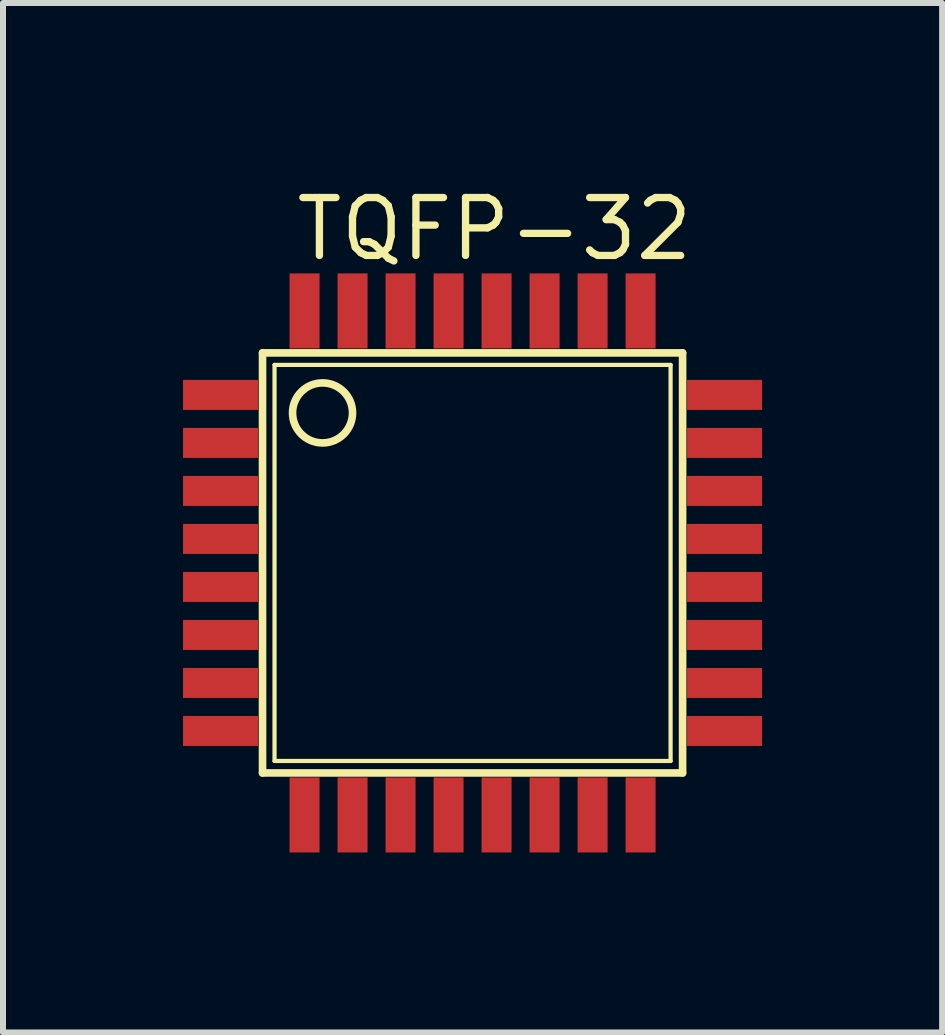
<source format=kicad_pcb>
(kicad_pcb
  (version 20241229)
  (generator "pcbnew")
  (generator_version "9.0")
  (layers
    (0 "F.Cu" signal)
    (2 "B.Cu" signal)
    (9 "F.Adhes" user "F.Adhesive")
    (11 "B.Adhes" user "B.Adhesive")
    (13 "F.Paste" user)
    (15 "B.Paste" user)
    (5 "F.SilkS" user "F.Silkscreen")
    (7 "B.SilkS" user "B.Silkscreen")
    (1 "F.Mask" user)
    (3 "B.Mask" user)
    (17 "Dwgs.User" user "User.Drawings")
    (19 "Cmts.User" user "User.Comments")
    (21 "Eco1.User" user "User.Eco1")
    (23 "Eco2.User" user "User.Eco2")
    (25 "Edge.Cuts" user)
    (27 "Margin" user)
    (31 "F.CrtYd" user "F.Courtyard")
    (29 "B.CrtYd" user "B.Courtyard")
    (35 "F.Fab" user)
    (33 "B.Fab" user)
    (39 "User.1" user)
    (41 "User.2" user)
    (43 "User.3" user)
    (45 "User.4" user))
  (footprint "TQFP-32"
    (layer "F.Cu")
    (at 4.825 6.331)
    (property "Reference" "TQFP-32" (at -3 -5 0) (layer "F.SilkS") (effects (font (size 0.965 0.965) (thickness 0.122)) (justify left bottom)))
    (attr through_hole)
    (fp_line (start -3.5 -3.5) (end 3.5 -3.5) (stroke (width 0.127) (type solid)) (layer "F.SilkS"))
    (fp_line (start -3.5 3.5) (end -3.5 -3.5) (stroke (width 0.127) (type solid)) (layer "F.SilkS"))
    (fp_line (start -3.3 -3.3) (end 3.3 -3.3) (stroke (width 0.07) (type solid)) (layer "F.SilkS"))
    (fp_line (start -3.3 3.3) (end -3.3 -3.3) (stroke (width 0.07) (type solid)) (layer "F.SilkS"))
    (fp_line (start 3.3 -3.3) (end 3.3 3.3) (stroke (width 0.07) (type solid)) (layer "F.SilkS"))
    (fp_line (start 3.3 3.3) (end -3.3 3.3) (stroke (width 0.07) (type solid)) (layer "F.SilkS"))
    (fp_line (start 3.5 -3.5) (end 3.5 3.5) (stroke (width 0.127) (type solid)) (layer "F.SilkS"))
    (fp_line (start 3.5 3.5) (end -3.5 3.5) (stroke (width 0.127) (type solid)) (layer "F.SilkS"))
    (fp_circle (center -2.5 -2.5) (end -2 -2.5) (stroke (width 0.127) (type solid)) (fill no) (layer "F.SilkS"))
    (pad "1" smd rect (at -4.2 -2.8 90) (size 0.5 1.25) (layers "F.Cu" "F.Mask" "F.Paste"))
    (pad "2" smd rect (at -4.2 -2 90) (size 0.5 1.25) (layers "F.Cu" "F.Mask" "F.Paste"))
    (pad "3" smd rect (at -4.2 -1.2 90) (size 0.5 1.25) (layers "F.Cu" "F.Mask" "F.Paste"))
    (pad "4" smd rect (at -4.2 -0.4 90) (size 0.5 1.25) (layers "F.Cu" "F.Mask" "F.Paste"))
    (pad "5" smd rect (at -4.2 0.4 90) (size 0.5 1.25) (layers "F.Cu" "F.Mask" "F.Paste"))
    (pad "6" smd rect (at -4.2 1.2 90) (size 0.5 1.25) (layers "F.Cu" "F.Mask" "F.Paste"))
    (pad "7" smd rect (at -4.2 2 90) (size 0.5 1.25) (layers "F.Cu" "F.Mask" "F.Paste"))
    (pad "8" smd rect (at -4.2 2.8 90) (size 0.5 1.25) (layers "F.Cu" "F.Mask" "F.Paste"))
    (pad "9" smd rect (at -2.8 4.2) (size 0.5 1.25) (layers "F.Cu" "F.Mask" "F.Paste"))
    (pad "10" smd rect (at -2 4.2) (size 0.5 1.25) (layers "F.Cu" "F.Mask" "F.Paste"))
    (pad "11" smd rect (at -1.2 4.2) (size 0.5 1.25) (layers "F.Cu" "F.Mask" "F.Paste"))
    (pad "12" smd rect (at -0.4 4.2) (size 0.5 1.25) (layers "F.Cu" "F.Mask" "F.Paste"))
    (pad "13" smd rect (at 0.4 4.2) (size 0.5 1.25) (layers "F.Cu" "F.Mask" "F.Paste"))
    (pad "14" smd rect (at 1.2 4.2) (size 0.5 1.25) (layers "F.Cu" "F.Mask" "F.Paste"))
    (pad "15" smd rect (at 2 4.2) (size 0.5 1.25) (layers "F.Cu" "F.Mask" "F.Paste"))
    (pad "16" smd rect (at 2.8 4.2) (size 0.5 1.25) (layers "F.Cu" "F.Mask" "F.Paste"))
    (pad "17" smd rect (at 4.2 2.8 90) (size 0.5 1.25) (layers "F.Cu" "F.Mask" "F.Paste"))
    (pad "18" smd rect (at 4.2 2 90) (size 0.5 1.25) (layers "F.Cu" "F.Mask" "F.Paste"))
    (pad "19" smd rect (at 4.2 1.2 90) (size 0.5 1.25) (layers "F.Cu" "F.Mask" "F.Paste"))
    (pad "20" smd rect (at 4.2 0.4 90) (size 0.5 1.25) (layers "F.Cu" "F.Mask" "F.Paste"))
    (pad "21" smd rect (at 4.2 -0.4 90) (size 0.5 1.25) (layers "F.Cu" "F.Mask" "F.Paste"))
    (pad "22" smd rect (at 4.2 -1.2 90) (size 0.5 1.25) (layers "F.Cu" "F.Mask" "F.Paste"))
    (pad "23" smd rect (at 4.2 -2 90) (size 0.5 1.25) (layers "F.Cu" "F.Mask" "F.Paste"))
    (pad "24" smd rect (at 4.2 -2.8 90) (size 0.5 1.25) (layers "F.Cu" "F.Mask" "F.Paste"))
    (pad "25" smd rect (at 2.8 -4.2 180) (size 0.5 1.25) (layers "F.Cu" "F.Mask" "F.Paste"))
    (pad "26" smd rect (at 2 -4.2 180) (size 0.5 1.25) (layers "F.Cu" "F.Mask" "F.Paste"))
    (pad "27" smd rect (at 1.2 -4.2 180) (size 0.5 1.25) (layers "F.Cu" "F.Mask" "F.Paste"))
    (pad "28" smd rect (at 0.4 -4.2 180) (size 0.5 1.25) (layers "F.Cu" "F.Mask" "F.Paste"))
    (pad "29" smd rect (at -0.4 -4.2 180) (size 0.5 1.25) (layers "F.Cu" "F.Mask" "F.Paste"))
    (pad "30" smd rect (at -1.2 -4.2 180) (size 0.5 1.25) (layers "F.Cu" "F.Mask" "F.Paste"))
    (pad "31" smd rect (at -2 -4.2 180) (size 0.5 1.25) (layers "F.Cu" "F.Mask" "F.Paste"))
    (pad "32" smd rect (at -2.8 -4.2 180) (size 0.5 1.25) (layers "F.Cu" "F.Mask" "F.Paste")))
  (gr_rect
    (start -3 -3)
    (end 12.65 14.156)
    (stroke (width 0.1) (type default))
    (fill no)
    (layer "Edge.Cuts")))
</source>
